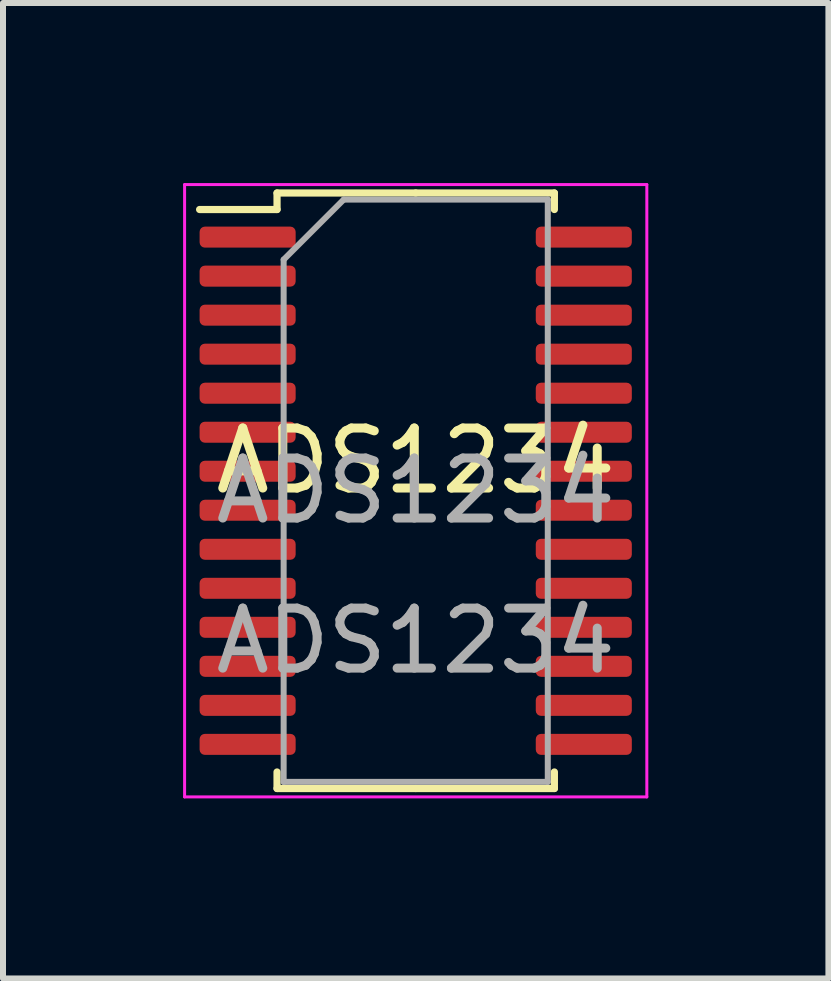
<source format=kicad_pcb>
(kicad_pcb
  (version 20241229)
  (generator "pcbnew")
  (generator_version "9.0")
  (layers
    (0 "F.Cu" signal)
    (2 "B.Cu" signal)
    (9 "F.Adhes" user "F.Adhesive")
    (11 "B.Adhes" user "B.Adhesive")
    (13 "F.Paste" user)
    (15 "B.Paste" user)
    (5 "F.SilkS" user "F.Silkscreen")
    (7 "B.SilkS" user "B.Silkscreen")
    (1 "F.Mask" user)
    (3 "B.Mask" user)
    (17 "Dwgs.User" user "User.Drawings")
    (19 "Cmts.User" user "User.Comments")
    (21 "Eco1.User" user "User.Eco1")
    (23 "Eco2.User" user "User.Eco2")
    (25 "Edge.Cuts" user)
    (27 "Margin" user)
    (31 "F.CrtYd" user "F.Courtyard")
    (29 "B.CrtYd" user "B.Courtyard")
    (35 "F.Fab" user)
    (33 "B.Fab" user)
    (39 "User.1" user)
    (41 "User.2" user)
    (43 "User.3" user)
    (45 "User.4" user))
  (footprint "ADS1234"
    (layer "F.Cu")
    (at 3.875 5.125)
    (property "Reference" "ADS1234" (at 0 -0.5 0) (unlocked yes) (layer "F.SilkS") (effects (font (size 1 1) (thickness 0.15))))
    (attr smd)
    (fp_line (start -2.31 -4.96) (end -2.31 -4.685) (stroke (width 0.12) (type solid)) (layer "F.SilkS"))
    (fp_line (start -2.31 -4.685) (end -3.6 -4.685) (stroke (width 0.12) (type solid)) (layer "F.SilkS"))
    (fp_line (start -2.31 4.96) (end -2.31 4.685) (stroke (width 0.12) (type solid)) (layer "F.SilkS"))
    (fp_line (start 0 -4.96) (end -2.31 -4.96) (stroke (width 0.12) (type solid)) (layer "F.SilkS"))
    (fp_line (start 0 -4.96) (end 2.31 -4.96) (stroke (width 0.12) (type solid)) (layer "F.SilkS"))
    (fp_line (start 0 4.96) (end -2.31 4.96) (stroke (width 0.12) (type solid)) (layer "F.SilkS"))
    (fp_line (start 0 4.96) (end 2.31 4.96) (stroke (width 0.12) (type solid)) (layer "F.SilkS"))
    (fp_line (start 2.31 -4.96) (end 2.31 -4.685) (stroke (width 0.12) (type solid)) (layer "F.SilkS"))
    (fp_line (start 2.31 4.96) (end 2.31 4.685) (stroke (width 0.12) (type solid)) (layer "F.SilkS"))
    (fp_line (start -3.85 -5.1) (end -3.85 5.1) (stroke (width 0.05) (type solid)) (layer "F.CrtYd"))
    (fp_line (start -3.85 5.1) (end 3.85 5.1) (stroke (width 0.05) (type solid)) (layer "F.CrtYd"))
    (fp_line (start 3.85 -5.1) (end -3.85 -5.1) (stroke (width 0.05) (type solid)) (layer "F.CrtYd"))
    (fp_line (start 3.85 5.1) (end 3.85 -5.1) (stroke (width 0.05) (type solid)) (layer "F.CrtYd"))
    (fp_line (start -2.2 -3.85) (end -1.2 -4.85) (stroke (width 0.1) (type solid)) (layer "F.Fab"))
    (fp_line (start -2.2 4.85) (end -2.2 -3.85) (stroke (width 0.1) (type solid)) (layer "F.Fab"))
    (fp_line (start -1.2 -4.85) (end 2.2 -4.85) (stroke (width 0.1) (type solid)) (layer "F.Fab"))
    (fp_line (start 2.2 -4.85) (end 2.2 4.85) (stroke (width 0.1) (type solid)) (layer "F.Fab"))
    (fp_line (start 2.2 4.85) (end -2.2 4.85) (stroke (width 0.1) (type solid)) (layer "F.Fab"))
    (fp_text user "${REFERENCE}" (at 0 0 0) (layer "F.Fab") (effects (font (size 1 1) (thickness 0.15))))
    (fp_text user "${REFERENCE}" (at 0 2.5 0) (unlocked yes) (layer "F.Fab") (effects (font (size 1 1) (thickness 0.15))))
    (pad "1" smd roundrect (at -2.8 -4.225) (size 1.6 0.35) (layers "F.Cu" "F.Mask" "F.Paste") (roundrect_rratio 0.25))
    (pad "2" smd roundrect (at -2.8 -3.575) (size 1.6 0.35) (layers "F.Cu" "F.Mask" "F.Paste") (roundrect_rratio 0.25))
    (pad "3" smd roundrect (at -2.8 -2.925) (size 1.6 0.35) (layers "F.Cu" "F.Mask" "F.Paste") (roundrect_rratio 0.25))
    (pad "4" smd roundrect (at -2.8 -2.275) (size 1.6 0.35) (layers "F.Cu" "F.Mask" "F.Paste") (roundrect_rratio 0.25))
    (pad "5" smd roundrect (at -2.8 -1.625) (size 1.6 0.35) (layers "F.Cu" "F.Mask" "F.Paste") (roundrect_rratio 0.25))
    (pad "6" smd roundrect (at -2.8 -0.975) (size 1.6 0.35) (layers "F.Cu" "F.Mask" "F.Paste") (roundrect_rratio 0.25))
    (pad "7" smd roundrect (at -2.8 -0.325) (size 1.6 0.35) (layers "F.Cu" "F.Mask" "F.Paste") (roundrect_rratio 0.25))
    (pad "8" smd roundrect (at -2.8 0.325) (size 1.6 0.35) (layers "F.Cu" "F.Mask" "F.Paste") (roundrect_rratio 0.25))
    (pad "9" smd roundrect (at -2.8 0.975) (size 1.6 0.35) (layers "F.Cu" "F.Mask" "F.Paste") (roundrect_rratio 0.25))
    (pad "10" smd roundrect (at -2.8 1.625) (size 1.6 0.35) (layers "F.Cu" "F.Mask" "F.Paste") (roundrect_rratio 0.25))
    (pad "11" smd roundrect (at -2.8 2.275) (size 1.6 0.35) (layers "F.Cu" "F.Mask" "F.Paste") (roundrect_rratio 0.25))
    (pad "12" smd roundrect (at -2.8 2.925) (size 1.6 0.35) (layers "F.Cu" "F.Mask" "F.Paste") (roundrect_rratio 0.25))
    (pad "13" smd roundrect (at -2.8 3.575) (size 1.6 0.35) (layers "F.Cu" "F.Mask" "F.Paste") (roundrect_rratio 0.25))
    (pad "14" smd roundrect (at -2.8 4.225) (size 1.6 0.35) (layers "F.Cu" "F.Mask" "F.Paste") (roundrect_rratio 0.25))
    (pad "15" smd roundrect (at 2.8 4.225) (size 1.6 0.35) (layers "F.Cu" "F.Mask" "F.Paste") (roundrect_rratio 0.25))
    (pad "16" smd roundrect (at 2.8 3.575) (size 1.6 0.35) (layers "F.Cu" "F.Mask" "F.Paste") (roundrect_rratio 0.25))
    (pad "17" smd roundrect (at 2.8 2.925) (size 1.6 0.35) (layers "F.Cu" "F.Mask" "F.Paste") (roundrect_rratio 0.25))
    (pad "18" smd roundrect (at 2.8 2.275) (size 1.6 0.35) (layers "F.Cu" "F.Mask" "F.Paste") (roundrect_rratio 0.25))
    (pad "19" smd roundrect (at 2.8 1.625) (size 1.6 0.35) (layers "F.Cu" "F.Mask" "F.Paste") (roundrect_rratio 0.25))
    (pad "20" smd roundrect (at 2.8 0.975) (size 1.6 0.35) (layers "F.Cu" "F.Mask" "F.Paste") (roundrect_rratio 0.25))
    (pad "21" smd roundrect (at 2.8 0.325) (size 1.6 0.35) (layers "F.Cu" "F.Mask" "F.Paste") (roundrect_rratio 0.25))
    (pad "22" smd roundrect (at 2.8 -0.325) (size 1.6 0.35) (layers "F.Cu" "F.Mask" "F.Paste") (roundrect_rratio 0.25))
    (pad "23" smd roundrect (at 2.8 -0.975) (size 1.6 0.35) (layers "F.Cu" "F.Mask" "F.Paste") (roundrect_rratio 0.25))
    (pad "24" smd roundrect (at 2.8 -1.625) (size 1.6 0.35) (layers "F.Cu" "F.Mask" "F.Paste") (roundrect_rratio 0.25))
    (pad "25" smd roundrect (at 2.8 -2.275) (size 1.6 0.35) (layers "F.Cu" "F.Mask" "F.Paste") (roundrect_rratio 0.25))
    (pad "26" smd roundrect (at 2.8 -2.925) (size 1.6 0.35) (layers "F.Cu" "F.Mask" "F.Paste") (roundrect_rratio 0.25))
    (pad "27" smd roundrect (at 2.8 -3.575) (size 1.6 0.35) (layers "F.Cu" "F.Mask" "F.Paste") (roundrect_rratio 0.25))
    (pad "28" smd roundrect (at 2.8 -4.225) (size 1.6 0.35) (layers "F.Cu" "F.Mask" "F.Paste") (roundrect_rratio 0.25)))
  (gr_rect
    (start -3 -3)
    (end 10.75 13.25)
    (stroke (width 0.1) (type default))
    (fill no)
    (layer "Edge.Cuts")))
</source>
